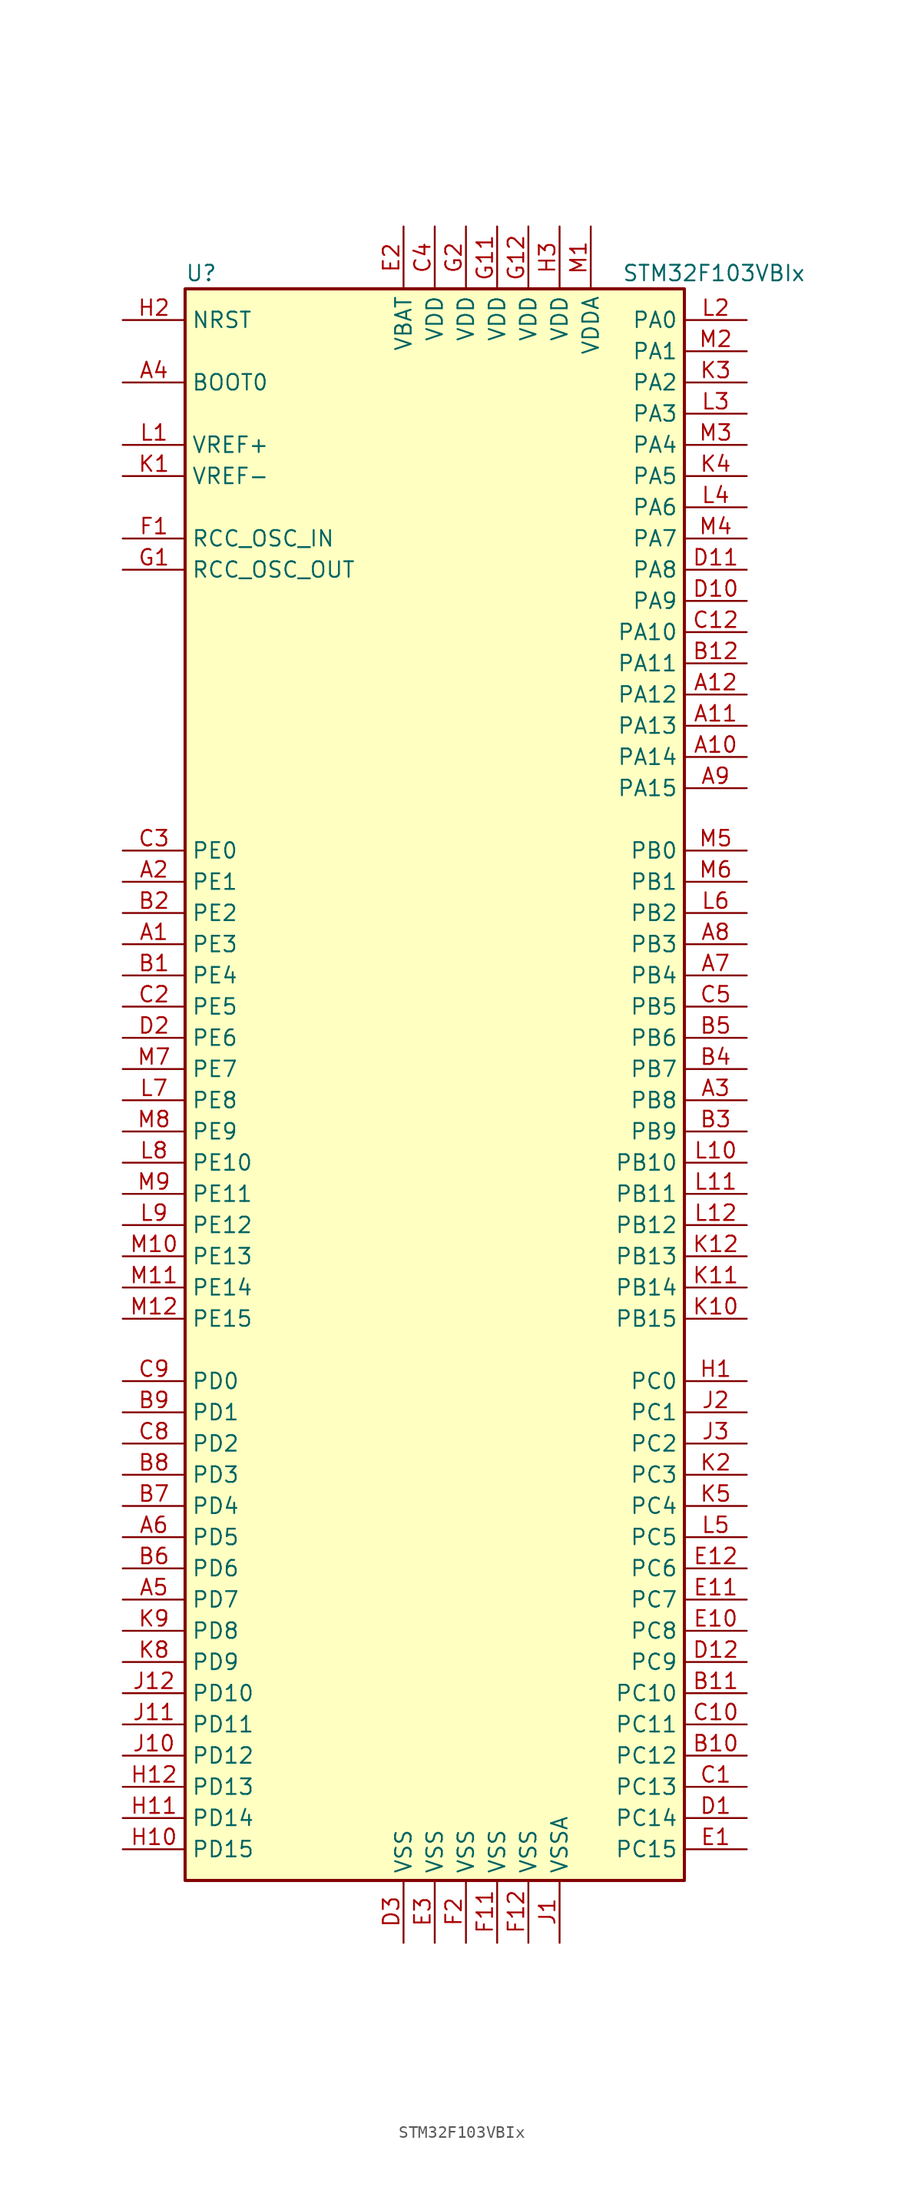
<source format=kicad_sym>
(kicad_symbol_lib
  (version 20201005)
  (generator kicad_symbol_editor)
  (symbol "STM32F103VBIx"
    (property "Reference" "U"
      (at -20.32 64.77 0)
      (effects (font (size 1.27 1.27)) (justify left)))
    (property "Value" "STM32F103VBIx"
      (at 15.24 64.77 0)
      (effects (font (size 1.27 1.27)) (justify left)))
    (symbol "STM32F103VBIx_0_1"
      (rectangle (start -20.32 -66.04) (end 20.32 63.5) (stroke (width 0.254)) (fill (type background))))
    (symbol "STM32F103VBIx_1_1"
      (pin input line (at -25.4 55.88 0) (length 5.08) (name "BOOT0" (effects (font (size 1.27 1.27)))) (number "A4" (effects (font (size 1.27 1.27)))))
      (pin no_connect line (at -20.32 -63.5 0) (length 5.08) hide (name "NC" (effects (font (size 1.27 1.27)))) (number "C11" (effects (font (size 1.27 1.27)))))
      (pin input line (at -25.4 60.96 0) (length 5.08) (name "NRST" (effects (font (size 1.27 1.27)))) (number "H2" (effects (font (size 1.27 1.27)))))
      (pin bidirectional line (at 25.4 60.96 180) (length 5.08) (name "PA0" (effects (font (size 1.27 1.27)))) (number "L2" (effects (font (size 1.27 1.27)))))
      (pin bidirectional line (at 25.4 58.42 180) (length 5.08) (name "PA1" (effects (font (size 1.27 1.27)))) (number "M2" (effects (font (size 1.27 1.27)))))
      (pin bidirectional line (at 25.4 35.56 180) (length 5.08) (name "PA10" (effects (font (size 1.27 1.27)))) (number "C12" (effects (font (size 1.27 1.27)))))
      (pin bidirectional line (at 25.4 33.02 180) (length 5.08) (name "PA11" (effects (font (size 1.27 1.27)))) (number "B12" (effects (font (size 1.27 1.27)))))
      (pin bidirectional line (at 25.4 30.48 180) (length 5.08) (name "PA12" (effects (font (size 1.27 1.27)))) (number "A12" (effects (font (size 1.27 1.27)))))
      (pin bidirectional line (at 25.4 27.94 180) (length 5.08) (name "PA13" (effects (font (size 1.27 1.27)))) (number "A11" (effects (font (size 1.27 1.27)))))
      (pin bidirectional line (at 25.4 25.4 180) (length 5.08) (name "PA14" (effects (font (size 1.27 1.27)))) (number "A10" (effects (font (size 1.27 1.27)))))
      (pin bidirectional line (at 25.4 22.86 180) (length 5.08) (name "PA15" (effects (font (size 1.27 1.27)))) (number "A9" (effects (font (size 1.27 1.27)))))
      (pin bidirectional line (at 25.4 55.88 180) (length 5.08) (name "PA2" (effects (font (size 1.27 1.27)))) (number "K3" (effects (font (size 1.27 1.27)))))
      (pin bidirectional line (at 25.4 53.34 180) (length 5.08) (name "PA3" (effects (font (size 1.27 1.27)))) (number "L3" (effects (font (size 1.27 1.27)))))
      (pin bidirectional line (at 25.4 50.8 180) (length 5.08) (name "PA4" (effects (font (size 1.27 1.27)))) (number "M3" (effects (font (size 1.27 1.27)))))
      (pin bidirectional line (at 25.4 48.26 180) (length 5.08) (name "PA5" (effects (font (size 1.27 1.27)))) (number "K4" (effects (font (size 1.27 1.27)))))
      (pin bidirectional line (at 25.4 45.72 180) (length 5.08) (name "PA6" (effects (font (size 1.27 1.27)))) (number "L4" (effects (font (size 1.27 1.27)))))
      (pin bidirectional line (at 25.4 43.18 180) (length 5.08) (name "PA7" (effects (font (size 1.27 1.27)))) (number "M4" (effects (font (size 1.27 1.27)))))
      (pin bidirectional line (at 25.4 40.64 180) (length 5.08) (name "PA8" (effects (font (size 1.27 1.27)))) (number "D11" (effects (font (size 1.27 1.27)))))
      (pin bidirectional line (at 25.4 38.1 180) (length 5.08) (name "PA9" (effects (font (size 1.27 1.27)))) (number "D10" (effects (font (size 1.27 1.27)))))
      (pin bidirectional line (at 25.4 17.78 180) (length 5.08) (name "PB0" (effects (font (size 1.27 1.27)))) (number "M5" (effects (font (size 1.27 1.27)))))
      (pin bidirectional line (at 25.4 15.24 180) (length 5.08) (name "PB1" (effects (font (size 1.27 1.27)))) (number "M6" (effects (font (size 1.27 1.27)))))
      (pin bidirectional line (at 25.4 -7.62 180) (length 5.08) (name "PB10" (effects (font (size 1.27 1.27)))) (number "L10" (effects (font (size 1.27 1.27)))))
      (pin bidirectional line (at 25.4 -10.16 180) (length 5.08) (name "PB11" (effects (font (size 1.27 1.27)))) (number "L11" (effects (font (size 1.27 1.27)))))
      (pin bidirectional line (at 25.4 -12.7 180) (length 5.08) (name "PB12" (effects (font (size 1.27 1.27)))) (number "L12" (effects (font (size 1.27 1.27)))))
      (pin bidirectional line (at 25.4 -15.24 180) (length 5.08) (name "PB13" (effects (font (size 1.27 1.27)))) (number "K12" (effects (font (size 1.27 1.27)))))
      (pin bidirectional line (at 25.4 -17.78 180) (length 5.08) (name "PB14" (effects (font (size 1.27 1.27)))) (number "K11" (effects (font (size 1.27 1.27)))))
      (pin bidirectional line (at 25.4 -20.32 180) (length 5.08) (name "PB15" (effects (font (size 1.27 1.27)))) (number "K10" (effects (font (size 1.27 1.27)))))
      (pin bidirectional line (at 25.4 12.7 180) (length 5.08) (name "PB2" (effects (font (size 1.27 1.27)))) (number "L6" (effects (font (size 1.27 1.27)))))
      (pin bidirectional line (at 25.4 10.16 180) (length 5.08) (name "PB3" (effects (font (size 1.27 1.27)))) (number "A8" (effects (font (size 1.27 1.27)))))
      (pin bidirectional line (at 25.4 7.62 180) (length 5.08) (name "PB4" (effects (font (size 1.27 1.27)))) (number "A7" (effects (font (size 1.27 1.27)))))
      (pin bidirectional line (at 25.4 5.08 180) (length 5.08) (name "PB5" (effects (font (size 1.27 1.27)))) (number "C5" (effects (font (size 1.27 1.27)))))
      (pin bidirectional line (at 25.4 2.54 180) (length 5.08) (name "PB6" (effects (font (size 1.27 1.27)))) (number "B5" (effects (font (size 1.27 1.27)))))
      (pin bidirectional line (at 25.4 0 180) (length 5.08) (name "PB7" (effects (font (size 1.27 1.27)))) (number "B4" (effects (font (size 1.27 1.27)))))
      (pin bidirectional line (at 25.4 -2.54 180) (length 5.08) (name "PB8" (effects (font (size 1.27 1.27)))) (number "A3" (effects (font (size 1.27 1.27)))))
      (pin bidirectional line (at 25.4 -5.08 180) (length 5.08) (name "PB9" (effects (font (size 1.27 1.27)))) (number "B3" (effects (font (size 1.27 1.27)))))
      (pin bidirectional line (at 25.4 -25.4 180) (length 5.08) (name "PC0" (effects (font (size 1.27 1.27)))) (number "H1" (effects (font (size 1.27 1.27)))))
      (pin bidirectional line (at 25.4 -27.94 180) (length 5.08) (name "PC1" (effects (font (size 1.27 1.27)))) (number "J2" (effects (font (size 1.27 1.27)))))
      (pin bidirectional line (at 25.4 -50.8 180) (length 5.08) (name "PC10" (effects (font (size 1.27 1.27)))) (number "B11" (effects (font (size 1.27 1.27)))))
      (pin bidirectional line (at 25.4 -53.34 180) (length 5.08) (name "PC11" (effects (font (size 1.27 1.27)))) (number "C10" (effects (font (size 1.27 1.27)))))
      (pin bidirectional line (at 25.4 -55.88 180) (length 5.08) (name "PC12" (effects (font (size 1.27 1.27)))) (number "B10" (effects (font (size 1.27 1.27)))))
      (pin bidirectional line (at 25.4 -58.42 180) (length 5.08) (name "PC13" (effects (font (size 1.27 1.27)))) (number "C1" (effects (font (size 1.27 1.27)))))
      (pin bidirectional line (at 25.4 -60.96 180) (length 5.08) (name "PC14" (effects (font (size 1.27 1.27)))) (number "D1" (effects (font (size 1.27 1.27)))))
      (pin bidirectional line (at 25.4 -63.5 180) (length 5.08) (name "PC15" (effects (font (size 1.27 1.27)))) (number "E1" (effects (font (size 1.27 1.27)))))
      (pin bidirectional line (at 25.4 -30.48 180) (length 5.08) (name "PC2" (effects (font (size 1.27 1.27)))) (number "J3" (effects (font (size 1.27 1.27)))))
      (pin bidirectional line (at 25.4 -33.02 180) (length 5.08) (name "PC3" (effects (font (size 1.27 1.27)))) (number "K2" (effects (font (size 1.27 1.27)))))
      (pin bidirectional line (at 25.4 -35.56 180) (length 5.08) (name "PC4" (effects (font (size 1.27 1.27)))) (number "K5" (effects (font (size 1.27 1.27)))))
      (pin bidirectional line (at 25.4 -38.1 180) (length 5.08) (name "PC5" (effects (font (size 1.27 1.27)))) (number "L5" (effects (font (size 1.27 1.27)))))
      (pin bidirectional line (at 25.4 -40.64 180) (length 5.08) (name "PC6" (effects (font (size 1.27 1.27)))) (number "E12" (effects (font (size 1.27 1.27)))))
      (pin bidirectional line (at 25.4 -43.18 180) (length 5.08) (name "PC7" (effects (font (size 1.27 1.27)))) (number "E11" (effects (font (size 1.27 1.27)))))
      (pin bidirectional line (at 25.4 -45.72 180) (length 5.08) (name "PC8" (effects (font (size 1.27 1.27)))) (number "E10" (effects (font (size 1.27 1.27)))))
      (pin bidirectional line (at 25.4 -48.26 180) (length 5.08) (name "PC9" (effects (font (size 1.27 1.27)))) (number "D12" (effects (font (size 1.27 1.27)))))
      (pin bidirectional line (at -25.4 -25.4 0) (length 5.08) (name "PD0" (effects (font (size 1.27 1.27)))) (number "C9" (effects (font (size 1.27 1.27)))))
      (pin bidirectional line (at -25.4 -27.94 0) (length 5.08) (name "PD1" (effects (font (size 1.27 1.27)))) (number "B9" (effects (font (size 1.27 1.27)))))
      (pin bidirectional line (at -25.4 -50.8 0) (length 5.08) (name "PD10" (effects (font (size 1.27 1.27)))) (number "J12" (effects (font (size 1.27 1.27)))))
      (pin bidirectional line (at -25.4 -53.34 0) (length 5.08) (name "PD11" (effects (font (size 1.27 1.27)))) (number "J11" (effects (font (size 1.27 1.27)))))
      (pin bidirectional line (at -25.4 -55.88 0) (length 5.08) (name "PD12" (effects (font (size 1.27 1.27)))) (number "J10" (effects (font (size 1.27 1.27)))))
      (pin bidirectional line (at -25.4 -58.42 0) (length 5.08) (name "PD13" (effects (font (size 1.27 1.27)))) (number "H12" (effects (font (size 1.27 1.27)))))
      (pin bidirectional line (at -25.4 -60.96 0) (length 5.08) (name "PD14" (effects (font (size 1.27 1.27)))) (number "H11" (effects (font (size 1.27 1.27)))))
      (pin bidirectional line (at -25.4 -63.5 0) (length 5.08) (name "PD15" (effects (font (size 1.27 1.27)))) (number "H10" (effects (font (size 1.27 1.27)))))
      (pin bidirectional line (at -25.4 -30.48 0) (length 5.08) (name "PD2" (effects (font (size 1.27 1.27)))) (number "C8" (effects (font (size 1.27 1.27)))))
      (pin bidirectional line (at -25.4 -33.02 0) (length 5.08) (name "PD3" (effects (font (size 1.27 1.27)))) (number "B8" (effects (font (size 1.27 1.27)))))
      (pin bidirectional line (at -25.4 -35.56 0) (length 5.08) (name "PD4" (effects (font (size 1.27 1.27)))) (number "B7" (effects (font (size 1.27 1.27)))))
      (pin bidirectional line (at -25.4 -38.1 0) (length 5.08) (name "PD5" (effects (font (size 1.27 1.27)))) (number "A6" (effects (font (size 1.27 1.27)))))
      (pin bidirectional line (at -25.4 -40.64 0) (length 5.08) (name "PD6" (effects (font (size 1.27 1.27)))) (number "B6" (effects (font (size 1.27 1.27)))))
      (pin bidirectional line (at -25.4 -43.18 0) (length 5.08) (name "PD7" (effects (font (size 1.27 1.27)))) (number "A5" (effects (font (size 1.27 1.27)))))
      (pin bidirectional line (at -25.4 -45.72 0) (length 5.08) (name "PD8" (effects (font (size 1.27 1.27)))) (number "K9" (effects (font (size 1.27 1.27)))))
      (pin bidirectional line (at -25.4 -48.26 0) (length 5.08) (name "PD9" (effects (font (size 1.27 1.27)))) (number "K8" (effects (font (size 1.27 1.27)))))
      (pin bidirectional line (at -25.4 17.78 0) (length 5.08) (name "PE0" (effects (font (size 1.27 1.27)))) (number "C3" (effects (font (size 1.27 1.27)))))
      (pin bidirectional line (at -25.4 15.24 0) (length 5.08) (name "PE1" (effects (font (size 1.27 1.27)))) (number "A2" (effects (font (size 1.27 1.27)))))
      (pin bidirectional line (at -25.4 -7.62 0) (length 5.08) (name "PE10" (effects (font (size 1.27 1.27)))) (number "L8" (effects (font (size 1.27 1.27)))))
      (pin bidirectional line (at -25.4 -10.16 0) (length 5.08) (name "PE11" (effects (font (size 1.27 1.27)))) (number "M9" (effects (font (size 1.27 1.27)))))
      (pin bidirectional line (at -25.4 -12.7 0) (length 5.08) (name "PE12" (effects (font (size 1.27 1.27)))) (number "L9" (effects (font (size 1.27 1.27)))))
      (pin bidirectional line (at -25.4 -15.24 0) (length 5.08) (name "PE13" (effects (font (size 1.27 1.27)))) (number "M10" (effects (font (size 1.27 1.27)))))
      (pin bidirectional line (at -25.4 -17.78 0) (length 5.08) (name "PE14" (effects (font (size 1.27 1.27)))) (number "M11" (effects (font (size 1.27 1.27)))))
      (pin bidirectional line (at -25.4 -20.32 0) (length 5.08) (name "PE15" (effects (font (size 1.27 1.27)))) (number "M12" (effects (font (size 1.27 1.27)))))
      (pin bidirectional line (at -25.4 12.7 0) (length 5.08) (name "PE2" (effects (font (size 1.27 1.27)))) (number "B2" (effects (font (size 1.27 1.27)))))
      (pin bidirectional line (at -25.4 10.16 0) (length 5.08) (name "PE3" (effects (font (size 1.27 1.27)))) (number "A1" (effects (font (size 1.27 1.27)))))
      (pin bidirectional line (at -25.4 7.62 0) (length 5.08) (name "PE4" (effects (font (size 1.27 1.27)))) (number "B1" (effects (font (size 1.27 1.27)))))
      (pin bidirectional line (at -25.4 5.08 0) (length 5.08) (name "PE5" (effects (font (size 1.27 1.27)))) (number "C2" (effects (font (size 1.27 1.27)))))
      (pin bidirectional line (at -25.4 2.54 0) (length 5.08) (name "PE6" (effects (font (size 1.27 1.27)))) (number "D2" (effects (font (size 1.27 1.27)))))
      (pin bidirectional line (at -25.4 0 0) (length 5.08) (name "PE7" (effects (font (size 1.27 1.27)))) (number "M7" (effects (font (size 1.27 1.27)))))
      (pin bidirectional line (at -25.4 -2.54 0) (length 5.08) (name "PE8" (effects (font (size 1.27 1.27)))) (number "L7" (effects (font (size 1.27 1.27)))))
      (pin bidirectional line (at -25.4 -5.08 0) (length 5.08) (name "PE9" (effects (font (size 1.27 1.27)))) (number "M8" (effects (font (size 1.27 1.27)))))
      (pin input line (at -25.4 43.18 0) (length 5.08) (name "RCC_OSC_IN" (effects (font (size 1.27 1.27)))) (number "F1" (effects (font (size 1.27 1.27)))))
      (pin input line (at -25.4 40.64 0) (length 5.08) (name "RCC_OSC_OUT" (effects (font (size 1.27 1.27)))) (number "G1" (effects (font (size 1.27 1.27)))))
      (pin power_in line (at -2.54 68.58 270) (length 5.08) (name "VBAT" (effects (font (size 1.27 1.27)))) (number "E2" (effects (font (size 1.27 1.27)))))
      (pin power_in line (at 0 68.58 270) (length 5.08) (name "VDD" (effects (font (size 1.27 1.27)))) (number "C4" (effects (font (size 1.27 1.27)))))
      (pin power_in line (at 5.08 68.58 270) (length 5.08) (name "VDD" (effects (font (size 1.27 1.27)))) (number "G11" (effects (font (size 1.27 1.27)))))
      (pin power_in line (at 7.62 68.58 270) (length 5.08) (name "VDD" (effects (font (size 1.27 1.27)))) (number "G12" (effects (font (size 1.27 1.27)))))
      (pin power_in line (at 2.54 68.58 270) (length 5.08) (name "VDD" (effects (font (size 1.27 1.27)))) (number "G2" (effects (font (size 1.27 1.27)))))
      (pin power_in line (at 10.16 68.58 270) (length 5.08) (name "VDD" (effects (font (size 1.27 1.27)))) (number "H3" (effects (font (size 1.27 1.27)))))
      (pin power_in line (at 12.7 68.58 270) (length 5.08) (name "VDDA" (effects (font (size 1.27 1.27)))) (number "M1" (effects (font (size 1.27 1.27)))))
      (pin power_in line (at -25.4 50.8 0) (length 5.08) (name "VREF+" (effects (font (size 1.27 1.27)))) (number "L1" (effects (font (size 1.27 1.27)))))
      (pin power_in line (at -25.4 48.26 0) (length 5.08) (name "VREF-" (effects (font (size 1.27 1.27)))) (number "K1" (effects (font (size 1.27 1.27)))))
      (pin power_in line (at -2.54 -71.12 90) (length 5.08) (name "VSS" (effects (font (size 1.27 1.27)))) (number "D3" (effects (font (size 1.27 1.27)))))
      (pin power_in line (at 0 -71.12 90) (length 5.08) (name "VSS" (effects (font (size 1.27 1.27)))) (number "E3" (effects (font (size 1.27 1.27)))))
      (pin power_in line (at 5.08 -71.12 90) (length 5.08) (name "VSS" (effects (font (size 1.27 1.27)))) (number "F11" (effects (font (size 1.27 1.27)))))
      (pin power_in line (at 7.62 -71.12 90) (length 5.08) (name "VSS" (effects (font (size 1.27 1.27)))) (number "F12" (effects (font (size 1.27 1.27)))))
      (pin power_in line (at 2.54 -71.12 90) (length 5.08) (name "VSS" (effects (font (size 1.27 1.27)))) (number "F2" (effects (font (size 1.27 1.27)))))
      (pin power_in line (at 10.16 -71.12 90) (length 5.08) (name "VSSA" (effects (font (size 1.27 1.27)))) (number "J1" (effects (font (size 1.27 1.27))))))))
</source>
